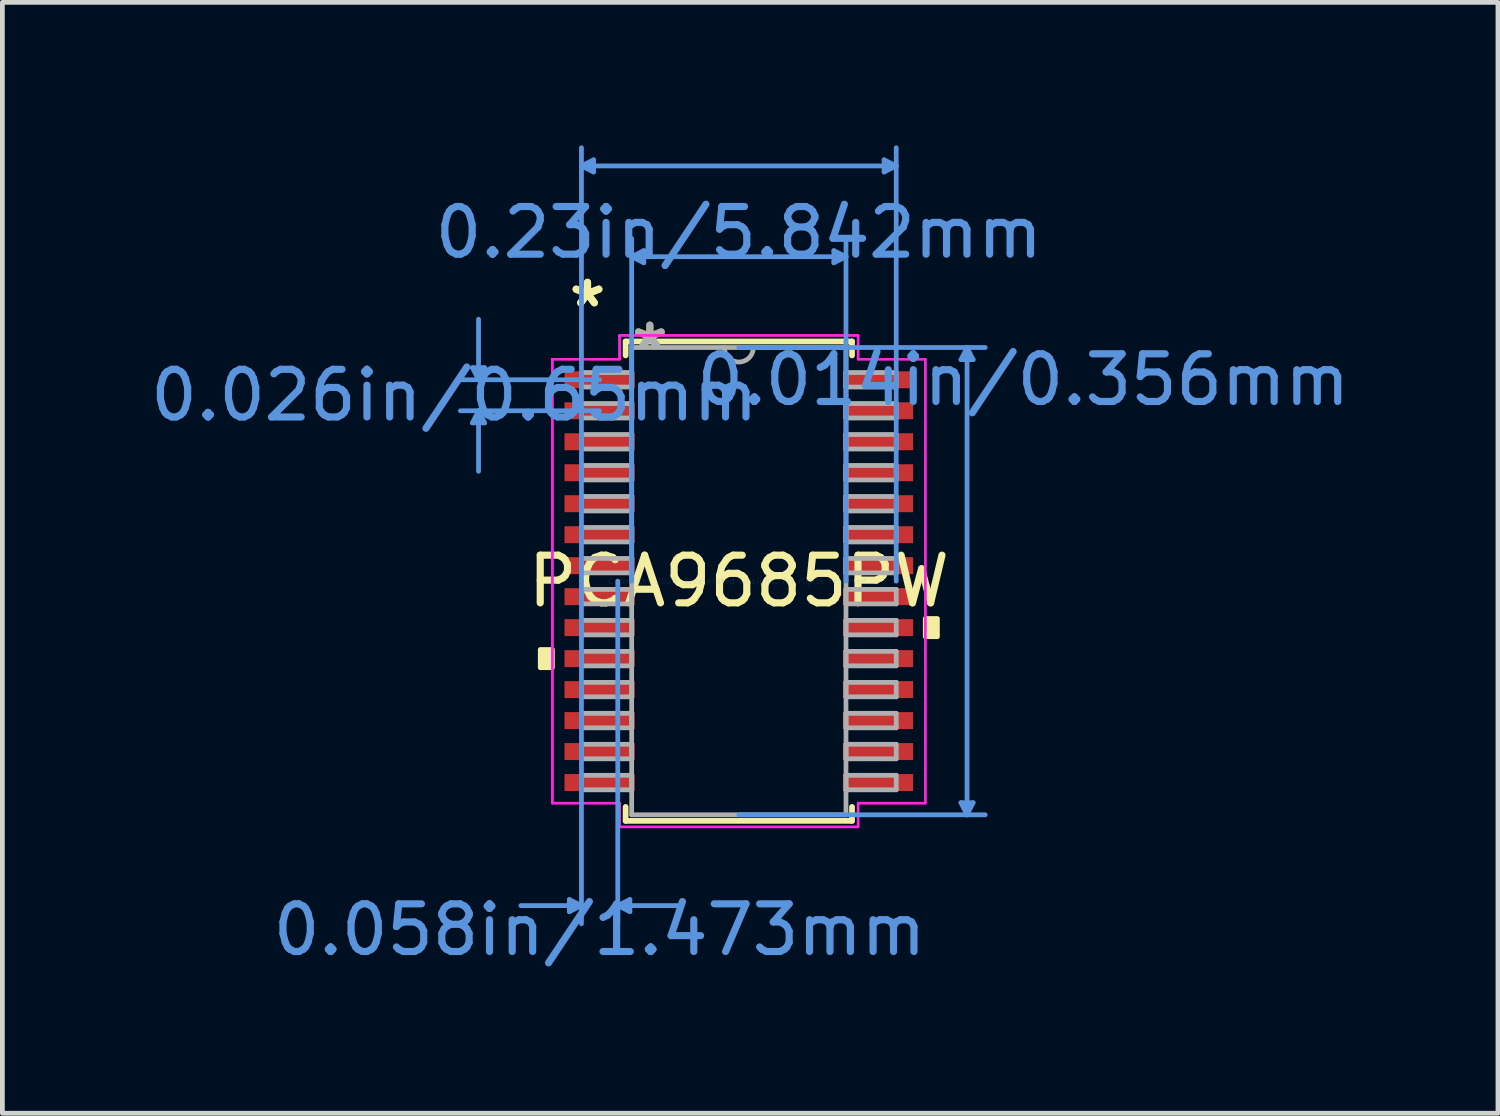
<source format=kicad_pcb>
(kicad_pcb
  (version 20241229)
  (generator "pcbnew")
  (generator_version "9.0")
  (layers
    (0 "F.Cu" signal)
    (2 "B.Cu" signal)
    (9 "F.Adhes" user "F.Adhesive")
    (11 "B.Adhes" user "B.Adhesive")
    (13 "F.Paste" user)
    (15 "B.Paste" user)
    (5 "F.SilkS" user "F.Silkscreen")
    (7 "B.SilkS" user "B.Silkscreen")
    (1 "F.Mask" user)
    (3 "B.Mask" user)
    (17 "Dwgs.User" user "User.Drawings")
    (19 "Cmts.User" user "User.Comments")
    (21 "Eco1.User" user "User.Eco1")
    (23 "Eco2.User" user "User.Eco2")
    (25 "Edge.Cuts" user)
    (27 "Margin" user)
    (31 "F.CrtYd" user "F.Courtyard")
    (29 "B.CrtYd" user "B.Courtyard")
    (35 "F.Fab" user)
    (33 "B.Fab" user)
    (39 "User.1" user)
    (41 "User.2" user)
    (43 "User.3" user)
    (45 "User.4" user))
  (footprint "PCA9685PW"
    (layer "F.Cu")
    (at 12.451 9.143)
    (property "Reference" "PCA9685PW" (at 0 0 0) (layer "F.SilkS") (effects (font (size 1 1) (thickness 0.15))))
    (attr through_hole)
    (fp_line (start -2.375 -5.029) (end -2.375 -4.736) (stroke (width 0.12) (type solid)) (layer "F.SilkS"))
    (fp_line (start -2.375 4.736) (end -2.375 5.029) (stroke (width 0.12) (type solid)) (layer "F.SilkS"))
    (fp_line (start -2.375 5.029) (end 2.375 5.029) (stroke (width 0.12) (type solid)) (layer "F.SilkS"))
    (fp_line (start 2.375 -5.029) (end -2.375 -5.029) (stroke (width 0.12) (type solid)) (layer "F.SilkS"))
    (fp_line (start 2.375 -4.736) (end 2.375 -5.029) (stroke (width 0.12) (type solid)) (layer "F.SilkS"))
    (fp_line (start 2.375 5.029) (end 2.375 4.736) (stroke (width 0.12) (type solid)) (layer "F.SilkS"))
    (fp_poly (pts (xy -4.166 1.434) (xy -4.166 1.815) (xy -3.912 1.815) (xy -3.912 1.434)) (stroke (width 0.1) (type solid)) (fill yes) (layer "F.SilkS"))
    (fp_poly (pts (xy 4.166 0.784) (xy 4.166 1.165) (xy 3.912 1.165) (xy 3.912 0.784)) (stroke (width 0.1) (type solid)) (fill yes) (layer "F.SilkS"))
    (fp_line (start -5.588 -4.479) (end -5.334 -4.479) (stroke (width 0.1) (type solid)) (layer "Cmts.User"))
    (fp_line (start -5.588 -3.321) (end -5.334 -3.321) (stroke (width 0.1) (type solid)) (layer "Cmts.User"))
    (fp_line (start -5.461 -4.225) (end -5.588 -4.479) (stroke (width 0.1) (type solid)) (layer "Cmts.User"))
    (fp_line (start -5.461 -4.225) (end -5.461 -5.495) (stroke (width 0.1) (type solid)) (layer "Cmts.User"))
    (fp_line (start -5.461 -4.225) (end -5.334 -4.479) (stroke (width 0.1) (type solid)) (layer "Cmts.User"))
    (fp_line (start -5.461 -3.575) (end -5.588 -3.321) (stroke (width 0.1) (type solid)) (layer "Cmts.User"))
    (fp_line (start -5.461 -3.575) (end -5.461 -2.305) (stroke (width 0.1) (type solid)) (layer "Cmts.User"))
    (fp_line (start -5.461 -3.575) (end -5.334 -3.321) (stroke (width 0.1) (type solid)) (layer "Cmts.User"))
    (fp_line (start -3.556 6.68) (end -3.556 6.934) (stroke (width 0.1) (type solid)) (layer "Cmts.User"))
    (fp_line (start -3.302 -8.712) (end -3.048 -8.839) (stroke (width 0.1) (type solid)) (layer "Cmts.User"))
    (fp_line (start -3.302 -8.712) (end -3.048 -8.585) (stroke (width 0.1) (type solid)) (layer "Cmts.User"))
    (fp_line (start -3.302 -8.712) (end 3.302 -8.712) (stroke (width 0.1) (type solid)) (layer "Cmts.User"))
    (fp_line (start -3.302 0) (end -3.302 -9.093) (stroke (width 0.1) (type solid)) (layer "Cmts.User"))
    (fp_line (start -3.302 0) (end -3.302 7.188) (stroke (width 0.1) (type solid)) (layer "Cmts.User"))
    (fp_line (start -3.302 6.807) (end -4.572 6.807) (stroke (width 0.1) (type solid)) (layer "Cmts.User"))
    (fp_line (start -3.302 6.807) (end -3.556 6.68) (stroke (width 0.1) (type solid)) (layer "Cmts.User"))
    (fp_line (start -3.302 6.807) (end -3.556 6.934) (stroke (width 0.1) (type solid)) (layer "Cmts.User"))
    (fp_line (start -3.048 -8.839) (end -3.048 -8.585) (stroke (width 0.1) (type solid)) (layer "Cmts.User"))
    (fp_line (start -2.921 -4.225) (end -5.842 -4.225) (stroke (width 0.1) (type solid)) (layer "Cmts.User"))
    (fp_line (start -2.921 -3.575) (end -5.842 -3.575) (stroke (width 0.1) (type solid)) (layer "Cmts.User"))
    (fp_line (start -2.54 0) (end -2.54 7.188) (stroke (width 0.1) (type solid)) (layer "Cmts.User"))
    (fp_line (start -2.54 6.807) (end -2.286 6.68) (stroke (width 0.1) (type solid)) (layer "Cmts.User"))
    (fp_line (start -2.54 6.807) (end -2.286 6.934) (stroke (width 0.1) (type solid)) (layer "Cmts.User"))
    (fp_line (start -2.54 6.807) (end -1.27 6.807) (stroke (width 0.1) (type solid)) (layer "Cmts.User"))
    (fp_line (start -2.286 6.68) (end -2.286 6.934) (stroke (width 0.1) (type solid)) (layer "Cmts.User"))
    (fp_line (start -2.248 -6.807) (end -1.994 -6.934) (stroke (width 0.1) (type solid)) (layer "Cmts.User"))
    (fp_line (start -2.248 -6.807) (end -1.994 -6.68) (stroke (width 0.1) (type solid)) (layer "Cmts.User"))
    (fp_line (start -2.248 -6.807) (end 2.248 -6.807) (stroke (width 0.1) (type solid)) (layer "Cmts.User"))
    (fp_line (start -2.248 0) (end -2.248 -7.188) (stroke (width 0.1) (type solid)) (layer "Cmts.User"))
    (fp_line (start -1.994 -6.934) (end -1.994 -6.68) (stroke (width 0.1) (type solid)) (layer "Cmts.User"))
    (fp_line (start 0 -4.902) (end 5.169 -4.902) (stroke (width 0.1) (type solid)) (layer "Cmts.User"))
    (fp_line (start 0 4.902) (end 5.169 4.902) (stroke (width 0.1) (type solid)) (layer "Cmts.User"))
    (fp_line (start 1.994 -6.934) (end 1.994 -6.68) (stroke (width 0.1) (type solid)) (layer "Cmts.User"))
    (fp_line (start 2.248 -6.807) (end 1.994 -6.934) (stroke (width 0.1) (type solid)) (layer "Cmts.User"))
    (fp_line (start 2.248 -6.807) (end 1.994 -6.68) (stroke (width 0.1) (type solid)) (layer "Cmts.User"))
    (fp_line (start 2.248 0) (end 2.248 -7.188) (stroke (width 0.1) (type solid)) (layer "Cmts.User"))
    (fp_line (start 3.048 -8.839) (end 3.048 -8.585) (stroke (width 0.1) (type solid)) (layer "Cmts.User"))
    (fp_line (start 3.302 -8.712) (end 3.048 -8.839) (stroke (width 0.1) (type solid)) (layer "Cmts.User"))
    (fp_line (start 3.302 -8.712) (end 3.048 -8.585) (stroke (width 0.1) (type solid)) (layer "Cmts.User"))
    (fp_line (start 3.302 0) (end 3.302 -9.093) (stroke (width 0.1) (type solid)) (layer "Cmts.User"))
    (fp_line (start 4.661 -4.648) (end 4.915 -4.648) (stroke (width 0.1) (type solid)) (layer "Cmts.User"))
    (fp_line (start 4.661 4.648) (end 4.915 4.648) (stroke (width 0.1) (type solid)) (layer "Cmts.User"))
    (fp_line (start 4.788 -4.902) (end 4.661 -4.648) (stroke (width 0.1) (type solid)) (layer "Cmts.User"))
    (fp_line (start 4.788 -4.902) (end 4.788 4.902) (stroke (width 0.1) (type solid)) (layer "Cmts.User"))
    (fp_line (start 4.788 -4.902) (end 4.915 -4.648) (stroke (width 0.1) (type solid)) (layer "Cmts.User"))
    (fp_line (start 4.788 4.902) (end 4.661 4.648) (stroke (width 0.1) (type solid)) (layer "Cmts.User"))
    (fp_line (start 4.788 4.902) (end 4.915 4.648) (stroke (width 0.1) (type solid)) (layer "Cmts.User"))
    (fp_line (start -3.912 -4.657) (end -2.502 -4.657) (stroke (width 0.05) (type solid)) (layer "F.CrtYd"))
    (fp_line (start -3.912 -4.657) (end -2.502 -4.657) (stroke (width 0.05) (type solid)) (layer "F.CrtYd"))
    (fp_line (start -3.912 4.657) (end -3.912 -4.657) (stroke (width 0.05) (type solid)) (layer "F.CrtYd"))
    (fp_line (start -3.912 4.657) (end -3.912 -4.657) (stroke (width 0.05) (type solid)) (layer "F.CrtYd"))
    (fp_line (start -3.912 4.657) (end -2.502 4.657) (stroke (width 0.05) (type solid)) (layer "F.CrtYd"))
    (fp_line (start -2.502 -5.156) (end 2.502 -5.156) (stroke (width 0.05) (type solid)) (layer "F.CrtYd"))
    (fp_line (start -2.502 -5.156) (end 2.502 -5.156) (stroke (width 0.05) (type solid)) (layer "F.CrtYd"))
    (fp_line (start -2.502 -4.657) (end -2.502 -5.156) (stroke (width 0.05) (type solid)) (layer "F.CrtYd"))
    (fp_line (start -2.502 -4.657) (end -2.502 -5.156) (stroke (width 0.05) (type solid)) (layer "F.CrtYd"))
    (fp_line (start -2.502 4.657) (end -3.912 4.657) (stroke (width 0.05) (type solid)) (layer "F.CrtYd"))
    (fp_line (start -2.502 5.156) (end -2.502 4.657) (stroke (width 0.05) (type solid)) (layer "F.CrtYd"))
    (fp_line (start -2.502 5.156) (end -2.502 4.657) (stroke (width 0.05) (type solid)) (layer "F.CrtYd"))
    (fp_line (start 2.502 -5.156) (end 2.502 -4.657) (stroke (width 0.05) (type solid)) (layer "F.CrtYd"))
    (fp_line (start 2.502 -5.156) (end 2.502 -4.657) (stroke (width 0.05) (type solid)) (layer "F.CrtYd"))
    (fp_line (start 2.502 -4.657) (end 3.912 -4.657) (stroke (width 0.05) (type solid)) (layer "F.CrtYd"))
    (fp_line (start 2.502 4.657) (end 2.502 5.156) (stroke (width 0.05) (type solid)) (layer "F.CrtYd"))
    (fp_line (start 2.502 4.657) (end 2.502 5.156) (stroke (width 0.05) (type solid)) (layer "F.CrtYd"))
    (fp_line (start 2.502 5.156) (end -2.502 5.156) (stroke (width 0.05) (type solid)) (layer "F.CrtYd"))
    (fp_line (start 2.502 5.156) (end -2.502 5.156) (stroke (width 0.05) (type solid)) (layer "F.CrtYd"))
    (fp_line (start 3.912 -4.657) (end 2.502 -4.657) (stroke (width 0.05) (type solid)) (layer "F.CrtYd"))
    (fp_line (start 3.912 -4.657) (end 3.912 4.657) (stroke (width 0.05) (type solid)) (layer "F.CrtYd"))
    (fp_line (start 3.912 -4.657) (end 3.912 4.657) (stroke (width 0.05) (type solid)) (layer "F.CrtYd"))
    (fp_line (start 3.912 4.657) (end 2.502 4.657) (stroke (width 0.05) (type solid)) (layer "F.CrtYd"))
    (fp_line (start 3.912 4.657) (end 2.502 4.657) (stroke (width 0.05) (type solid)) (layer "F.CrtYd"))
    (fp_line (start -3.302 -4.377) (end -3.302 -4.073) (stroke (width 0.1) (type solid)) (layer "F.Fab"))
    (fp_line (start -3.302 -4.073) (end -2.248 -4.073) (stroke (width 0.1) (type solid)) (layer "F.Fab"))
    (fp_line (start -3.302 -3.727) (end -3.302 -3.423) (stroke (width 0.1) (type solid)) (layer "F.Fab"))
    (fp_line (start -3.302 -3.423) (end -2.248 -3.423) (stroke (width 0.1) (type solid)) (layer "F.Fab"))
    (fp_line (start -3.302 -3.077) (end -3.302 -2.773) (stroke (width 0.1) (type solid)) (layer "F.Fab"))
    (fp_line (start -3.302 -2.773) (end -2.248 -2.773) (stroke (width 0.1) (type solid)) (layer "F.Fab"))
    (fp_line (start -3.302 -2.427) (end -3.302 -2.123) (stroke (width 0.1) (type solid)) (layer "F.Fab"))
    (fp_line (start -3.302 -2.123) (end -2.248 -2.123) (stroke (width 0.1) (type solid)) (layer "F.Fab"))
    (fp_line (start -3.302 -1.777) (end -3.302 -1.473) (stroke (width 0.1) (type solid)) (layer "F.Fab"))
    (fp_line (start -3.302 -1.473) (end -2.248 -1.473) (stroke (width 0.1) (type solid)) (layer "F.Fab"))
    (fp_line (start -3.302 -1.127) (end -3.302 -0.823) (stroke (width 0.1) (type solid)) (layer "F.Fab"))
    (fp_line (start -3.302 -0.823) (end -2.248 -0.823) (stroke (width 0.1) (type solid)) (layer "F.Fab"))
    (fp_line (start -3.302 -0.477) (end -3.302 -0.173) (stroke (width 0.1) (type solid)) (layer "F.Fab"))
    (fp_line (start -3.302 -0.173) (end -2.248 -0.173) (stroke (width 0.1) (type solid)) (layer "F.Fab"))
    (fp_line (start -3.302 0.173) (end -3.302 0.477) (stroke (width 0.1) (type solid)) (layer "F.Fab"))
    (fp_line (start -3.302 0.477) (end -2.248 0.477) (stroke (width 0.1) (type solid)) (layer "F.Fab"))
    (fp_line (start -3.302 0.823) (end -3.302 1.127) (stroke (width 0.1) (type solid)) (layer "F.Fab"))
    (fp_line (start -3.302 1.127) (end -2.248 1.127) (stroke (width 0.1) (type solid)) (layer "F.Fab"))
    (fp_line (start -3.302 1.473) (end -3.302 1.777) (stroke (width 0.1) (type solid)) (layer "F.Fab"))
    (fp_line (start -3.302 1.777) (end -2.248 1.777) (stroke (width 0.1) (type solid)) (layer "F.Fab"))
    (fp_line (start -3.302 2.123) (end -3.302 2.427) (stroke (width 0.1) (type solid)) (layer "F.Fab"))
    (fp_line (start -3.302 2.427) (end -2.248 2.427) (stroke (width 0.1) (type solid)) (layer "F.Fab"))
    (fp_line (start -3.302 2.773) (end -3.302 3.077) (stroke (width 0.1) (type solid)) (layer "F.Fab"))
    (fp_line (start -3.302 3.077) (end -2.248 3.077) (stroke (width 0.1) (type solid)) (layer "F.Fab"))
    (fp_line (start -3.302 3.423) (end -3.302 3.727) (stroke (width 0.1) (type solid)) (layer "F.Fab"))
    (fp_line (start -3.302 3.727) (end -2.248 3.727) (stroke (width 0.1) (type solid)) (layer "F.Fab"))
    (fp_line (start -3.302 4.073) (end -3.302 4.377) (stroke (width 0.1) (type solid)) (layer "F.Fab"))
    (fp_line (start -3.302 4.377) (end -2.248 4.377) (stroke (width 0.1) (type solid)) (layer "F.Fab"))
    (fp_line (start -2.248 -4.902) (end -2.248 4.902) (stroke (width 0.1) (type solid)) (layer "F.Fab"))
    (fp_line (start -2.248 -4.377) (end -3.302 -4.377) (stroke (width 0.1) (type solid)) (layer "F.Fab"))
    (fp_line (start -2.248 -4.073) (end -2.248 -4.377) (stroke (width 0.1) (type solid)) (layer "F.Fab"))
    (fp_line (start -2.248 -3.727) (end -3.302 -3.727) (stroke (width 0.1) (type solid)) (layer "F.Fab"))
    (fp_line (start -2.248 -3.423) (end -2.248 -3.727) (stroke (width 0.1) (type solid)) (layer "F.Fab"))
    (fp_line (start -2.248 -3.077) (end -3.302 -3.077) (stroke (width 0.1) (type solid)) (layer "F.Fab"))
    (fp_line (start -2.248 -2.773) (end -2.248 -3.077) (stroke (width 0.1) (type solid)) (layer "F.Fab"))
    (fp_line (start -2.248 -2.427) (end -3.302 -2.427) (stroke (width 0.1) (type solid)) (layer "F.Fab"))
    (fp_line (start -2.248 -2.123) (end -2.248 -2.427) (stroke (width 0.1) (type solid)) (layer "F.Fab"))
    (fp_line (start -2.248 -1.777) (end -3.302 -1.777) (stroke (width 0.1) (type solid)) (layer "F.Fab"))
    (fp_line (start -2.248 -1.473) (end -2.248 -1.777) (stroke (width 0.1) (type solid)) (layer "F.Fab"))
    (fp_line (start -2.248 -1.127) (end -3.302 -1.127) (stroke (width 0.1) (type solid)) (layer "F.Fab"))
    (fp_line (start -2.248 -0.823) (end -2.248 -1.127) (stroke (width 0.1) (type solid)) (layer "F.Fab"))
    (fp_line (start -2.248 -0.477) (end -3.302 -0.477) (stroke (width 0.1) (type solid)) (layer "F.Fab"))
    (fp_line (start -2.248 -0.173) (end -2.248 -0.477) (stroke (width 0.1) (type solid)) (layer "F.Fab"))
    (fp_line (start -2.248 0.173) (end -3.302 0.173) (stroke (width 0.1) (type solid)) (layer "F.Fab"))
    (fp_line (start -2.248 0.477) (end -2.248 0.173) (stroke (width 0.1) (type solid)) (layer "F.Fab"))
    (fp_line (start -2.248 0.823) (end -3.302 0.823) (stroke (width 0.1) (type solid)) (layer "F.Fab"))
    (fp_line (start -2.248 1.127) (end -2.248 0.823) (stroke (width 0.1) (type solid)) (layer "F.Fab"))
    (fp_line (start -2.248 1.473) (end -3.302 1.473) (stroke (width 0.1) (type solid)) (layer "F.Fab"))
    (fp_line (start -2.248 1.777) (end -2.248 1.473) (stroke (width 0.1) (type solid)) (layer "F.Fab"))
    (fp_line (start -2.248 2.123) (end -3.302 2.123) (stroke (width 0.1) (type solid)) (layer "F.Fab"))
    (fp_line (start -2.248 2.427) (end -2.248 2.123) (stroke (width 0.1) (type solid)) (layer "F.Fab"))
    (fp_line (start -2.248 2.773) (end -3.302 2.773) (stroke (width 0.1) (type solid)) (layer "F.Fab"))
    (fp_line (start -2.248 3.077) (end -2.248 2.773) (stroke (width 0.1) (type solid)) (layer "F.Fab"))
    (fp_line (start -2.248 3.423) (end -3.302 3.423) (stroke (width 0.1) (type solid)) (layer "F.Fab"))
    (fp_line (start -2.248 3.727) (end -2.248 3.423) (stroke (width 0.1) (type solid)) (layer "F.Fab"))
    (fp_line (start -2.248 4.073) (end -3.302 4.073) (stroke (width 0.1) (type solid)) (layer "F.Fab"))
    (fp_line (start -2.248 4.377) (end -2.248 4.073) (stroke (width 0.1) (type solid)) (layer "F.Fab"))
    (fp_line (start -2.248 4.902) (end 2.248 4.902) (stroke (width 0.1) (type solid)) (layer "F.Fab"))
    (fp_line (start 2.248 -4.902) (end -2.248 -4.902) (stroke (width 0.1) (type solid)) (layer "F.Fab"))
    (fp_line (start 2.248 -4.377) (end 2.248 -4.073) (stroke (width 0.1) (type solid)) (layer "F.Fab"))
    (fp_line (start 2.248 -4.073) (end 3.302 -4.073) (stroke (width 0.1) (type solid)) (layer "F.Fab"))
    (fp_line (start 2.248 -3.727) (end 2.248 -3.423) (stroke (width 0.1) (type solid)) (layer "F.Fab"))
    (fp_line (start 2.248 -3.423) (end 3.302 -3.423) (stroke (width 0.1) (type solid)) (layer "F.Fab"))
    (fp_line (start 2.248 -3.077) (end 2.248 -2.773) (stroke (width 0.1) (type solid)) (layer "F.Fab"))
    (fp_line (start 2.248 -2.773) (end 3.302 -2.773) (stroke (width 0.1) (type solid)) (layer "F.Fab"))
    (fp_line (start 2.248 -2.427) (end 2.248 -2.123) (stroke (width 0.1) (type solid)) (layer "F.Fab"))
    (fp_line (start 2.248 -2.123) (end 3.302 -2.123) (stroke (width 0.1) (type solid)) (layer "F.Fab"))
    (fp_line (start 2.248 -1.777) (end 2.248 -1.473) (stroke (width 0.1) (type solid)) (layer "F.Fab"))
    (fp_line (start 2.248 -1.473) (end 3.302 -1.473) (stroke (width 0.1) (type solid)) (layer "F.Fab"))
    (fp_line (start 2.248 -1.127) (end 2.248 -0.823) (stroke (width 0.1) (type solid)) (layer "F.Fab"))
    (fp_line (start 2.248 -0.823) (end 3.302 -0.823) (stroke (width 0.1) (type solid)) (layer "F.Fab"))
    (fp_line (start 2.248 -0.477) (end 2.248 -0.173) (stroke (width 0.1) (type solid)) (layer "F.Fab"))
    (fp_line (start 2.248 -0.173) (end 3.302 -0.173) (stroke (width 0.1) (type solid)) (layer "F.Fab"))
    (fp_line (start 2.248 0.173) (end 2.248 0.477) (stroke (width 0.1) (type solid)) (layer "F.Fab"))
    (fp_line (start 2.248 0.477) (end 3.302 0.477) (stroke (width 0.1) (type solid)) (layer "F.Fab"))
    (fp_line (start 2.248 0.823) (end 2.248 1.127) (stroke (width 0.1) (type solid)) (layer "F.Fab"))
    (fp_line (start 2.248 1.127) (end 3.302 1.127) (stroke (width 0.1) (type solid)) (layer "F.Fab"))
    (fp_line (start 2.248 1.473) (end 2.248 1.777) (stroke (width 0.1) (type solid)) (layer "F.Fab"))
    (fp_line (start 2.248 1.777) (end 3.302 1.777) (stroke (width 0.1) (type solid)) (layer "F.Fab"))
    (fp_line (start 2.248 2.123) (end 2.248 2.427) (stroke (width 0.1) (type solid)) (layer "F.Fab"))
    (fp_line (start 2.248 2.427) (end 3.302 2.427) (stroke (width 0.1) (type solid)) (layer "F.Fab"))
    (fp_line (start 2.248 2.773) (end 2.248 3.077) (stroke (width 0.1) (type solid)) (layer "F.Fab"))
    (fp_line (start 2.248 3.077) (end 3.302 3.077) (stroke (width 0.1) (type solid)) (layer "F.Fab"))
    (fp_line (start 2.248 3.423) (end 2.248 3.727) (stroke (width 0.1) (type solid)) (layer "F.Fab"))
    (fp_line (start 2.248 3.727) (end 3.302 3.727) (stroke (width 0.1) (type solid)) (layer "F.Fab"))
    (fp_line (start 2.248 4.073) (end 2.248 4.377) (stroke (width 0.1) (type solid)) (layer "F.Fab"))
    (fp_line (start 2.248 4.377) (end 3.302 4.377) (stroke (width 0.1) (type solid)) (layer "F.Fab"))
    (fp_line (start 2.248 4.902) (end 2.248 -4.902) (stroke (width 0.1) (type solid)) (layer "F.Fab"))
    (fp_line (start 3.302 -4.377) (end 2.248 -4.377) (stroke (width 0.1) (type solid)) (layer "F.Fab"))
    (fp_line (start 3.302 -4.073) (end 3.302 -4.377) (stroke (width 0.1) (type solid)) (layer "F.Fab"))
    (fp_line (start 3.302 -3.727) (end 2.248 -3.727) (stroke (width 0.1) (type solid)) (layer "F.Fab"))
    (fp_line (start 3.302 -3.423) (end 3.302 -3.727) (stroke (width 0.1) (type solid)) (layer "F.Fab"))
    (fp_line (start 3.302 -3.077) (end 2.248 -3.077) (stroke (width 0.1) (type solid)) (layer "F.Fab"))
    (fp_line (start 3.302 -2.773) (end 3.302 -3.077) (stroke (width 0.1) (type solid)) (layer "F.Fab"))
    (fp_line (start 3.302 -2.427) (end 2.248 -2.427) (stroke (width 0.1) (type solid)) (layer "F.Fab"))
    (fp_line (start 3.302 -2.123) (end 3.302 -2.427) (stroke (width 0.1) (type solid)) (layer "F.Fab"))
    (fp_line (start 3.302 -1.777) (end 2.248 -1.777) (stroke (width 0.1) (type solid)) (layer "F.Fab"))
    (fp_line (start 3.302 -1.473) (end 3.302 -1.777) (stroke (width 0.1) (type solid)) (layer "F.Fab"))
    (fp_line (start 3.302 -1.127) (end 2.248 -1.127) (stroke (width 0.1) (type solid)) (layer "F.Fab"))
    (fp_line (start 3.302 -0.823) (end 3.302 -1.127) (stroke (width 0.1) (type solid)) (layer "F.Fab"))
    (fp_line (start 3.302 -0.477) (end 2.248 -0.477) (stroke (width 0.1) (type solid)) (layer "F.Fab"))
    (fp_line (start 3.302 -0.173) (end 3.302 -0.477) (stroke (width 0.1) (type solid)) (layer "F.Fab"))
    (fp_line (start 3.302 0.173) (end 2.248 0.173) (stroke (width 0.1) (type solid)) (layer "F.Fab"))
    (fp_line (start 3.302 0.477) (end 3.302 0.173) (stroke (width 0.1) (type solid)) (layer "F.Fab"))
    (fp_line (start 3.302 0.823) (end 2.248 0.823) (stroke (width 0.1) (type solid)) (layer "F.Fab"))
    (fp_line (start 3.302 1.127) (end 3.302 0.823) (stroke (width 0.1) (type solid)) (layer "F.Fab"))
    (fp_line (start 3.302 1.473) (end 2.248 1.473) (stroke (width 0.1) (type solid)) (layer "F.Fab"))
    (fp_line (start 3.302 1.777) (end 3.302 1.473) (stroke (width 0.1) (type solid)) (layer "F.Fab"))
    (fp_line (start 3.302 2.123) (end 2.248 2.123) (stroke (width 0.1) (type solid)) (layer "F.Fab"))
    (fp_line (start 3.302 2.427) (end 3.302 2.123) (stroke (width 0.1) (type solid)) (layer "F.Fab"))
    (fp_line (start 3.302 2.773) (end 2.248 2.773) (stroke (width 0.1) (type solid)) (layer "F.Fab"))
    (fp_line (start 3.302 3.077) (end 3.302 2.773) (stroke (width 0.1) (type solid)) (layer "F.Fab"))
    (fp_line (start 3.302 3.423) (end 2.248 3.423) (stroke (width 0.1) (type solid)) (layer "F.Fab"))
    (fp_line (start 3.302 3.727) (end 3.302 3.423) (stroke (width 0.1) (type solid)) (layer "F.Fab"))
    (fp_line (start 3.302 4.073) (end 2.248 4.073) (stroke (width 0.1) (type solid)) (layer "F.Fab"))
    (fp_line (start 3.302 4.377) (end 3.302 4.073) (stroke (width 0.1) (type solid)) (layer "F.Fab"))
    (fp_arc (start 0.3048 -4.9022) (mid 0 -4.5974) (end -0.3048 -4.9022) (stroke (width 0.1) (type solid)) (layer "F.Fab"))
    (fp_text user "*" (at -3.175 -5.724 0) (layer "F.SilkS") (effects (font (size 1 1) (thickness 0.15))))
    (fp_text user "*" (at -3.175 -5.724 0) (layer "F.SilkS") (effects (font (size 1 1) (thickness 0.15))))
    (fp_text user "Copyright 2021 Accelerated Designs. All rights reserved." (at 0 0 0) (layer "Cmts.User") (effects (font (size 0.127 0.127) (thickness 0.002))))
    (fp_text user "0.058in/1.473mm" (at -2.921 7.315 0) (layer "Cmts.User") (effects (font (size 1 1) (thickness 0.15))))
    (fp_text user "0.026in/0.65mm" (at -5.969 -3.9 0) (layer "Cmts.User") (effects (font (size 1 1) (thickness 0.15))))
    (fp_text user "0.014in/0.356mm" (at 5.969 -4.225 0) (layer "Cmts.User") (effects (font (size 1 1) (thickness 0.15))))
    (fp_text user "0.23in/5.842mm" (at 0 -7.315 0) (layer "Cmts.User") (effects (font (size 1 1) (thickness 0.15))))
    (fp_text user "*" (at -1.867 -4.826 0) (layer "F.Fab") (effects (font (size 1 1) (thickness 0.15))))
    (fp_text user "*" (at -1.867 -4.826 0) (layer "F.Fab") (effects (font (size 1 1) (thickness 0.15))))
    (pad "1" smd rect (at -2.921 -4.225) (size 1.473 0.356) (layers "F.Cu" "F.Mask" "F.Paste"))
    (pad "2" smd rect (at -2.921 -3.575) (size 1.473 0.356) (layers "F.Cu" "F.Mask" "F.Paste"))
    (pad "3" smd rect (at -2.921 -2.925) (size 1.473 0.356) (layers "F.Cu" "F.Mask" "F.Paste"))
    (pad "4" smd rect (at -2.921 -2.275) (size 1.473 0.356) (layers "F.Cu" "F.Mask" "F.Paste"))
    (pad "5" smd rect (at -2.921 -1.625) (size 1.473 0.356) (layers "F.Cu" "F.Mask" "F.Paste"))
    (pad "6" smd rect (at -2.921 -0.975) (size 1.473 0.356) (layers "F.Cu" "F.Mask" "F.Paste"))
    (pad "7" smd rect (at -2.921 -0.325) (size 1.473 0.356) (layers "F.Cu" "F.Mask" "F.Paste"))
    (pad "8" smd rect (at -2.921 0.325) (size 1.473 0.356) (layers "F.Cu" "F.Mask" "F.Paste"))
    (pad "9" smd rect (at -2.921 0.975) (size 1.473 0.356) (layers "F.Cu" "F.Mask" "F.Paste"))
    (pad "10" smd rect (at -2.921 1.625) (size 1.473 0.356) (layers "F.Cu" "F.Mask" "F.Paste"))
    (pad "11" smd rect (at -2.921 2.275) (size 1.473 0.356) (layers "F.Cu" "F.Mask" "F.Paste"))
    (pad "12" smd rect (at -2.921 2.925) (size 1.473 0.356) (layers "F.Cu" "F.Mask" "F.Paste"))
    (pad "13" smd rect (at -2.921 3.575) (size 1.473 0.356) (layers "F.Cu" "F.Mask" "F.Paste"))
    (pad "14" smd rect (at -2.921 4.225) (size 1.473 0.356) (layers "F.Cu" "F.Mask" "F.Paste"))
    (pad "15" smd rect (at 2.921 4.225) (size 1.473 0.356) (layers "F.Cu" "F.Mask" "F.Paste"))
    (pad "16" smd rect (at 2.921 3.575) (size 1.473 0.356) (layers "F.Cu" "F.Mask" "F.Paste"))
    (pad "17" smd rect (at 2.921 2.925) (size 1.473 0.356) (layers "F.Cu" "F.Mask" "F.Paste"))
    (pad "18" smd rect (at 2.921 2.275) (size 1.473 0.356) (layers "F.Cu" "F.Mask" "F.Paste"))
    (pad "19" smd rect (at 2.921 1.625) (size 1.473 0.356) (layers "F.Cu" "F.Mask" "F.Paste"))
    (pad "20" smd rect (at 2.921 0.975) (size 1.473 0.356) (layers "F.Cu" "F.Mask" "F.Paste"))
    (pad "21" smd rect (at 2.921 0.325) (size 1.473 0.356) (layers "F.Cu" "F.Mask" "F.Paste"))
    (pad "22" smd rect (at 2.921 -0.325) (size 1.473 0.356) (layers "F.Cu" "F.Mask" "F.Paste"))
    (pad "23" smd rect (at 2.921 -0.975) (size 1.473 0.356) (layers "F.Cu" "F.Mask" "F.Paste"))
    (pad "24" smd rect (at 2.921 -1.625) (size 1.473 0.356) (layers "F.Cu" "F.Mask" "F.Paste"))
    (pad "25" smd rect (at 2.921 -2.275) (size 1.473 0.356) (layers "F.Cu" "F.Mask" "F.Paste"))
    (pad "26" smd rect (at 2.921 -2.925) (size 1.473 0.356) (layers "F.Cu" "F.Mask" "F.Paste"))
    (pad "27" smd rect (at 2.921 -3.575) (size 1.473 0.356) (layers "F.Cu" "F.Mask" "F.Paste"))
    (pad "28" smd rect (at 2.921 -4.225) (size 1.473 0.356) (layers "F.Cu" "F.Mask" "F.Paste")))
  (gr_rect
    (start -3 -3)
    (end 28.378 20.307)
    (stroke (width 0.1) (type default))
    (fill no)
    (layer "Edge.Cuts")))
</source>
